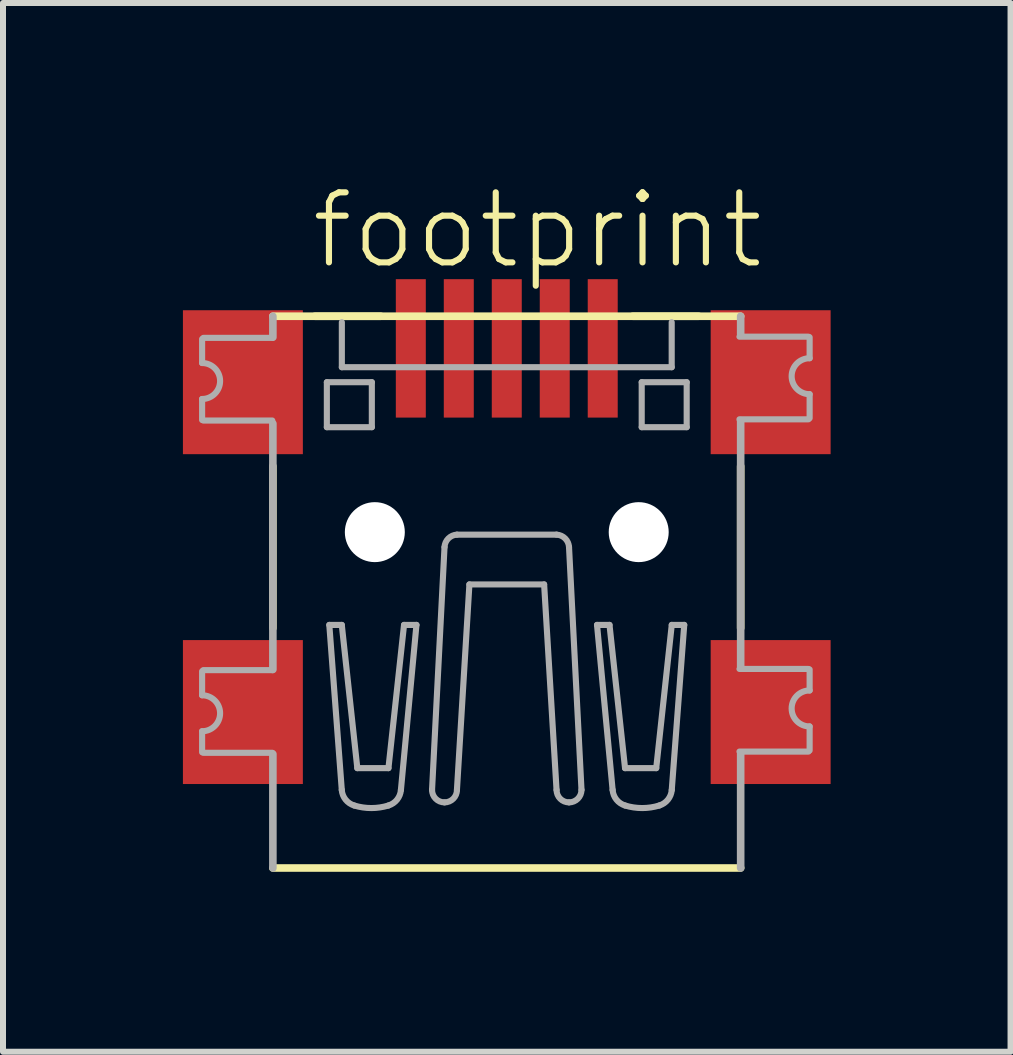
<source format=kicad_pcb>
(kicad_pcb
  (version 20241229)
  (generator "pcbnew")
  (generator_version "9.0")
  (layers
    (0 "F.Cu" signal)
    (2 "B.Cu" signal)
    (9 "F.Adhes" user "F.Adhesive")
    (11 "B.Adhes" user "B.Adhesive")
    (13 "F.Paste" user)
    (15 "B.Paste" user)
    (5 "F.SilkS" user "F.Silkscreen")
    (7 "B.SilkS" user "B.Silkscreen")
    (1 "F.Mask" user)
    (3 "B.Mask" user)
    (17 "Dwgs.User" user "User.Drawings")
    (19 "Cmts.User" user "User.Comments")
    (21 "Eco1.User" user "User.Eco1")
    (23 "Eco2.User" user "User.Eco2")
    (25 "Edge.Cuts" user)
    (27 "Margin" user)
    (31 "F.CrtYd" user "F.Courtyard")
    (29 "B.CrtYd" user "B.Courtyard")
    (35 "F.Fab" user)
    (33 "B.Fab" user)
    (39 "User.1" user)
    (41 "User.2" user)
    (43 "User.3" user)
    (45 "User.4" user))
  (footprint "footprint"
    (layer "F.Cu")
    (at 5.4 6.823)
    (property "Reference" "footprint" (at -3.31 -5.35 0) (layer "F.SilkS") (effects (font (size 1.168 1.168) (thickness 0.102)) (justify left bottom)))
    (fp_line (start -3.9 -4.6) (end 3.9 -4.6) (stroke (width 0.127) (type solid)) (layer "F.SilkS"))
    (fp_line (start -3.9 0.6) (end -3.9 -2.1) (stroke (width 0.127) (type solid)) (layer "F.SilkS"))
    (fp_line (start -3.9 4.6) (end 3.9 4.6) (stroke (width 0.127) (type solid)) (layer "F.SilkS"))
    (fp_line (start -3.2 -4.6) (end -2.1 -4.6) (stroke (width 0.127) (type solid)) (layer "F.SilkS"))
    (fp_line (start 2.1 -4.6) (end 3.2 -4.6) (stroke (width 0.127) (type solid)) (layer "F.SilkS"))
    (fp_line (start 3.9 -2.1) (end 3.9 0.6) (stroke (width 0.127) (type solid)) (layer "F.SilkS"))
    (fp_line (start -5.08 -4.22) (end -5.08 -3.82) (stroke (width 0.102) (type solid)) (layer "F.Fab"))
    (fp_line (start -5.08 -2.87) (end -5.08 -3.22) (stroke (width 0.102) (type solid)) (layer "F.Fab"))
    (fp_line (start -5.08 1.32) (end -5.08 1.72) (stroke (width 0.102) (type solid)) (layer "F.Fab"))
    (fp_line (start -5.08 2.67) (end -5.08 2.32) (stroke (width 0.102) (type solid)) (layer "F.Fab"))
    (fp_line (start -5.06 -4.239) (end -3.91 -4.239) (stroke (width 0.102) (type solid)) (layer "F.Fab"))
    (fp_line (start -5.06 1.301) (end -3.91 1.301) (stroke (width 0.102) (type solid)) (layer "F.Fab"))
    (fp_line (start -3.91 -2.861) (end -5.06 -2.861) (stroke (width 0.102) (type solid)) (layer "F.Fab"))
    (fp_line (start -3.91 2.679) (end -5.06 2.679) (stroke (width 0.102) (type solid)) (layer "F.Fab"))
    (fp_line (start -3.9 -4.6) (end -3.9 -4.25) (stroke (width 0.127) (type solid)) (layer "F.Fab"))
    (fp_line (start -3.9 1.29) (end -3.9 -2.81) (stroke (width 0.127) (type solid)) (layer "F.Fab"))
    (fp_line (start -3.9 4.6) (end -3.9 2.7) (stroke (width 0.127) (type solid)) (layer "F.Fab"))
    (fp_line (start -3 -3.5) (end -2.25 -3.5) (stroke (width 0.102) (type solid)) (layer "F.Fab"))
    (fp_line (start -3 -2.75) (end -3 -3.5) (stroke (width 0.102) (type solid)) (layer "F.Fab"))
    (fp_line (start -2.959 0.547) (end -2.751 3.299) (stroke (width 0.102) (type solid)) (layer "F.Fab"))
    (fp_line (start -2.751 0.547) (end -2.959 0.547) (stroke (width 0.102) (type solid)) (layer "F.Fab"))
    (fp_line (start -2.75 -4.5) (end -2.75 -3.75) (stroke (width 0.102) (type solid)) (layer "F.Fab"))
    (fp_line (start -2.75 -3.75) (end 2.75 -3.75) (stroke (width 0.102) (type solid)) (layer "F.Fab"))
    (fp_line (start -2.492 2.935) (end -2.751 0.547) (stroke (width 0.102) (type solid)) (layer "F.Fab"))
    (fp_line (start -2.25 -3.5) (end -2.25 -2.75) (stroke (width 0.102) (type solid)) (layer "F.Fab"))
    (fp_line (start -2.25 -2.75) (end -3 -2.75) (stroke (width 0.102) (type solid)) (layer "F.Fab"))
    (fp_line (start -1.973 2.935) (end -2.492 2.935) (stroke (width 0.102) (type solid)) (layer "F.Fab"))
    (fp_line (start -1.765 3.299) (end -1.506 0.547) (stroke (width 0.102) (type solid)) (layer "F.Fab"))
    (fp_line (start -1.713 0.547) (end -1.973 2.935) (stroke (width 0.102) (type solid)) (layer "F.Fab"))
    (fp_line (start -1.506 0.547) (end -1.713 0.547) (stroke (width 0.102) (type solid)) (layer "F.Fab"))
    (fp_line (start -1.246 3.298) (end -1.038 -0.751) (stroke (width 0.102) (type solid)) (layer "F.Fab"))
    (fp_line (start -0.831 3.299) (end -0.623 -0.128) (stroke (width 0.102) (type solid)) (layer "F.Fab"))
    (fp_line (start 0.623 -0.128) (end -0.623 -0.128) (stroke (width 0.102) (type solid)) (layer "F.Fab"))
    (fp_line (start 0.83 -0.958) (end -0.831 -0.958) (stroke (width 0.102) (type solid)) (layer "F.Fab"))
    (fp_line (start 0.83 3.299) (end 0.623 -0.128) (stroke (width 0.102) (type solid)) (layer "F.Fab"))
    (fp_line (start 1.246 3.298) (end 1.038 -0.751) (stroke (width 0.102) (type solid)) (layer "F.Fab"))
    (fp_line (start 1.505 0.547) (end 1.713 0.547) (stroke (width 0.102) (type solid)) (layer "F.Fab"))
    (fp_line (start 1.713 0.547) (end 1.972 2.935) (stroke (width 0.102) (type solid)) (layer "F.Fab"))
    (fp_line (start 1.765 3.299) (end 1.505 0.547) (stroke (width 0.102) (type solid)) (layer "F.Fab"))
    (fp_line (start 1.972 2.935) (end 2.492 2.935) (stroke (width 0.102) (type solid)) (layer "F.Fab"))
    (fp_line (start 2.25 -3.5) (end 2.25 -2.75) (stroke (width 0.102) (type solid)) (layer "F.Fab"))
    (fp_line (start 2.25 -2.75) (end 3 -2.75) (stroke (width 0.102) (type solid)) (layer "F.Fab"))
    (fp_line (start 2.492 2.935) (end 2.751 0.547) (stroke (width 0.102) (type solid)) (layer "F.Fab"))
    (fp_line (start 2.75 -3.75) (end 2.75 -4.5) (stroke (width 0.102) (type solid)) (layer "F.Fab"))
    (fp_line (start 2.751 0.547) (end 2.959 0.547) (stroke (width 0.102) (type solid)) (layer "F.Fab"))
    (fp_line (start 2.959 0.547) (end 2.751 3.299) (stroke (width 0.102) (type solid)) (layer "F.Fab"))
    (fp_line (start 3 -3.5) (end 2.25 -3.5) (stroke (width 0.102) (type solid)) (layer "F.Fab"))
    (fp_line (start 3 -2.75) (end 3 -3.5) (stroke (width 0.102) (type solid)) (layer "F.Fab"))
    (fp_line (start 3.88 -4.259) (end 5.03 -4.259) (stroke (width 0.102) (type solid)) (layer "F.Fab"))
    (fp_line (start 3.88 1.281) (end 5.03 1.281) (stroke (width 0.102) (type solid)) (layer "F.Fab"))
    (fp_line (start 3.9 -4.6) (end 3.9 -4.3) (stroke (width 0.127) (type solid)) (layer "F.Fab"))
    (fp_line (start 3.9 1.24) (end 3.9 -2.86) (stroke (width 0.127) (type solid)) (layer "F.Fab"))
    (fp_line (start 3.9 4.6) (end 3.9 2.7) (stroke (width 0.127) (type solid)) (layer "F.Fab"))
    (fp_line (start 5.03 -2.881) (end 3.88 -2.881) (stroke (width 0.102) (type solid)) (layer "F.Fab"))
    (fp_line (start 5.03 2.659) (end 3.88 2.659) (stroke (width 0.102) (type solid)) (layer "F.Fab"))
    (fp_line (start 5.05 -4.25) (end 5.05 -3.9) (stroke (width 0.102) (type solid)) (layer "F.Fab"))
    (fp_line (start 5.05 -2.9) (end 5.05 -3.3) (stroke (width 0.102) (type solid)) (layer "F.Fab"))
    (fp_line (start 5.05 1.29) (end 5.05 1.64) (stroke (width 0.102) (type solid)) (layer "F.Fab"))
    (fp_line (start 5.05 2.64) (end 5.05 2.24) (stroke (width 0.102) (type solid)) (layer "F.Fab"))
    (fp_arc (start -5.08 -3.82) (mid -4.78 -3.52) (end -5.08 -3.22) (stroke (width 0.1016) (type solid)) (layer "F.Fab"))
    (fp_arc (start -5.08 1.72) (mid -4.78 2.02) (end -5.08 2.32) (stroke (width 0.1016) (type solid)) (layer "F.Fab"))
    (fp_arc (start -2.5438 3.558) (mid -2.687659 3.460297) (end -2.7514 3.2985) (stroke (width 0.1016) (type solid)) (layer "F.Fab"))
    (fp_arc (start -1.9727 3.558) (mid -2.25825 3.600802) (end -2.5438 3.558) (stroke (width 0.1016) (type solid)) (layer "F.Fab"))
    (fp_arc (start -1.765099 3.298501) (mid -1.828841 3.460298) (end -1.9727 3.558) (stroke (width 0.1016) (type solid)) (layer "F.Fab"))
    (fp_arc (start -1.0383 -0.7508) (mid -0.974176 -0.894346) (end -0.830599 -0.958401) (stroke (width 0.1016) (type solid)) (layer "F.Fab"))
    (fp_arc (start -1.0383 3.5061) (mid -1.185095 3.445295) (end -1.2459 3.2985) (stroke (width 0.1016) (type solid)) (layer "F.Fab"))
    (fp_arc (start -0.8306 3.2985) (mid -0.891405 3.445295) (end -1.0382 3.5061) (stroke (width 0.1016) (type solid)) (layer "F.Fab"))
    (fp_arc (start 0.830398 -0.9584) (mid 0.97395 -0.894321) (end 1.0381 -0.7508) (stroke (width 0.1016) (type solid)) (layer "F.Fab"))
    (fp_arc (start 1.038 3.5061) (mid 0.891205 3.445295) (end 0.8304 3.2985) (stroke (width 0.1016) (type solid)) (layer "F.Fab"))
    (fp_arc (start 1.2457 3.2985) (mid 1.184895 3.445295) (end 1.0381 3.5061) (stroke (width 0.1016) (type solid)) (layer "F.Fab"))
    (fp_arc (start 1.9725 3.558) (mid 1.828641 3.460298) (end 1.764899 3.298501) (stroke (width 0.1016) (type solid)) (layer "F.Fab"))
    (fp_arc (start 2.5436 3.558) (mid 2.25805 3.600802) (end 1.9725 3.558) (stroke (width 0.1016) (type solid)) (layer "F.Fab"))
    (fp_arc (start 2.7512 3.2985) (mid 2.687459 3.460297) (end 2.5436 3.558) (stroke (width 0.1016) (type solid)) (layer "F.Fab"))
    (fp_arc (start 5.05 -3.3) (mid 4.75 -3.6) (end 5.05 -3.9) (stroke (width 0.1016) (type solid)) (layer "F.Fab"))
    (fp_arc (start 5.05 2.24) (mid 4.75 1.94) (end 5.05 1.64) (stroke (width 0.1016) (type solid)) (layer "F.Fab"))
    (pad "" np_thru_hole circle (at -2.2 -1) (size 1 1) (drill 1) (layers "*.Cu" "*.Mask"))
    (pad "" np_thru_hole circle (at 2.2 -1) (size 1 1) (drill 1) (layers "*.Cu" "*.Mask"))
    (pad "D+" smd rect (at 0 -4.064 180) (size 0.5 2.308) (layers "F.Cu" "F.Mask" "F.Paste"))
    (pad "D-" smd rect (at -0.8 -4.064 180) (size 0.5 2.308) (layers "F.Cu" "F.Mask" "F.Paste"))
    (pad "GND" smd rect (at 1.6 -4.064 180) (size 0.5 2.308) (layers "F.Cu" "F.Mask" "F.Paste"))
    (pad "GND1" smd rect (at -4.4 2) (size 2 2.4) (layers "F.Cu" "F.Mask" "F.Paste"))
    (pad "GND2" smd rect (at -4.4 -3.5) (size 2 2.4) (layers "F.Cu" "F.Mask" "F.Paste"))
    (pad "GND3" smd rect (at 4.4 -3.5) (size 2 2.4) (layers "F.Cu" "F.Mask" "F.Paste"))
    (pad "GND4" smd rect (at 4.4 2) (size 2 2.4) (layers "F.Cu" "F.Mask" "F.Paste"))
    (pad "ID" smd rect (at 0.8 -4.064 180) (size 0.5 2.308) (layers "F.Cu" "F.Mask" "F.Paste"))
    (pad "VBUS" smd rect (at -1.6 -4.064 180) (size 0.5 2.308) (layers "F.Cu" "F.Mask" "F.Paste")))
  (gr_rect
    (start -3 -3)
    (end 13.8 14.487)
    (stroke (width 0.1) (type default))
    (fill no)
    (layer "Edge.Cuts")))
</source>
